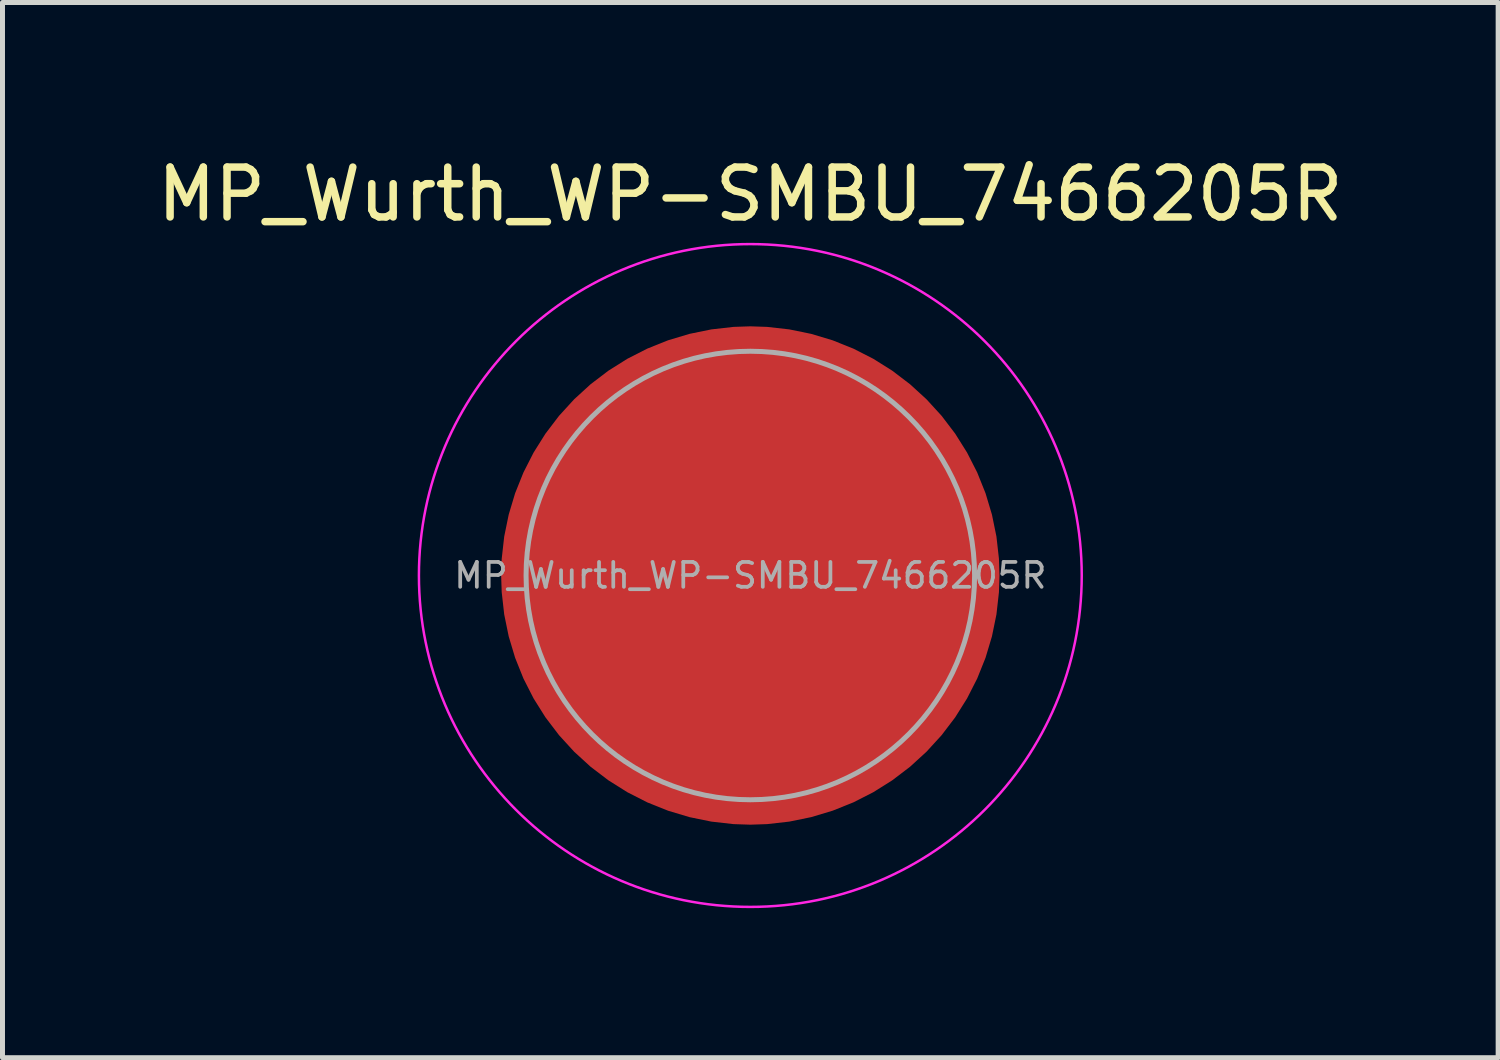
<source format=kicad_pcb>
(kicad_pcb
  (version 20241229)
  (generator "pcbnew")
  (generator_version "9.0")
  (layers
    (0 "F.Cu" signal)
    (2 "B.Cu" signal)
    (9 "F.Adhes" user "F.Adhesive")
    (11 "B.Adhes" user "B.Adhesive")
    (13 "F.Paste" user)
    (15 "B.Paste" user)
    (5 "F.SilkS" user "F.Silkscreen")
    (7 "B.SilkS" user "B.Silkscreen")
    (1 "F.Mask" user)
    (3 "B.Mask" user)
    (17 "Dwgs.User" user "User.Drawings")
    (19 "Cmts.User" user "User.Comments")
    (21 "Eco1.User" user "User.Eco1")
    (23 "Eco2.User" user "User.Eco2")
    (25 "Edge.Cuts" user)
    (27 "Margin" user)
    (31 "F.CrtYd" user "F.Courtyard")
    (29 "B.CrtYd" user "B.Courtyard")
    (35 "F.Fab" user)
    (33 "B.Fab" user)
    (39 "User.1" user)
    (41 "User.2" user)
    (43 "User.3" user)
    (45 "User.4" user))
  (footprint "MP_Wurth_WP-SMBU_7466205R"
    (layer "F.Cu")
    (at 12.006 8.498)
    (property "Reference" "MP_Wurth_WP-SMBU_7466205R" (at 0 -7.65 0) (unlocked yes) (layer "F.SilkS") (effects (font (size 1 1) (thickness 0.15))))
    (attr smd)
    (fp_poly (pts (xy -4.87 0.495) (xy -0.495 0.495) (xy -0.495 4.875) (xy -0.531 4.876) (xy -0.57 4.872) (xy -0.617 4.867) (xy -0.617 4.867) (xy -0.691 4.856) (xy -0.73 4.851) (xy -0.73 4.851) (xy -0.761 4.846) (xy -0.794 4.841) (xy -0.836 4.834) (xy -0.837 4.834) (xy -0.865 4.828) (xy -0.889 4.824) (xy -0.889 4.824) (xy -0.919 4.819) (xy -0.955 4.812) (xy -0.955 4.812) (xy -0.981 4.807) (xy -1.008 4.802) (xy -1.008 4.802) (xy -1.034 4.795) (xy -1.058 4.791) (xy -1.058 4.791) (xy -1.093 4.783) (xy -1.129 4.775) (xy -1.163 4.766) (xy -1.202 4.757) (xy -1.203 4.757) (xy -1.258 4.742) (xy -1.299 4.731) (xy -1.344 4.719) (xy -1.344 4.719) (xy -1.373 4.71) (xy -1.411 4.7) (xy -1.411 4.7) (xy -1.445 4.689) (xy -1.544 4.657) (xy -1.608 4.635) (xy -1.676 4.612) (xy -1.676 4.611) (xy -1.74 4.587) (xy -1.83 4.553) (xy -1.83 4.553) (xy -1.882 4.531) (xy -1.936 4.509) (xy -1.936 4.508) (xy -2.01 4.475) (xy -2.101 4.434) (xy -2.101 4.434) (xy -2.154 4.407) (xy -2.214 4.378) (xy -2.281 4.343) (xy -2.343 4.311) (xy -2.412 4.273) (xy -2.413 4.272) (xy -2.466 4.24) (xy -2.508 4.216) (xy -2.508 4.216) (xy -2.562 4.184) (xy -2.62 4.148) (xy -2.62 4.148) (xy -2.679 4.109) (xy -2.786 4.036) (xy -2.786 4.036) (xy -2.891 3.962) (xy -2.892 3.962) (xy -2.98 3.896) (xy -3.063 3.831) (xy -3.063 3.831) (xy -3.156 3.755) (xy -3.241 3.682) (xy -3.241 3.682) (xy -3.293 3.634) (xy -3.343 3.59) (xy -3.343 3.59) (xy -3.417 3.519) (xy -3.417 3.519) (xy -3.475 3.463) (xy -3.475 3.463) (xy -3.614 3.317) (xy -3.615 3.316) (xy -3.732 3.181) (xy -3.733 3.181) (xy -3.846 3.042) (xy -3.938 2.926) (xy -3.938 2.926) (xy -4.046 2.775) (xy -4.046 2.775) (xy -4.129 2.648) (xy -4.129 2.648) (xy -4.234 2.478) (xy -4.234 2.478) (xy -4.31 2.341) (xy -4.31 2.341) (xy -4.429 2.114) (xy -4.429 2.113) (xy -4.553 1.831) (xy -4.553 1.831) (xy -4.682 1.469) (xy -4.682 1.469) (xy -4.776 1.123) (xy -4.776 1.122) (xy -4.855 0.709) (xy -4.855 0.708) (xy -4.88 0.494)) (stroke (width 0) (type default)) (fill yes) (layer "F.Paste"))
    (fp_poly (pts (xy -0.495 -4.87) (xy -0.495 -0.495) (xy -4.875 -0.495) (xy -4.876 -0.531) (xy -4.872 -0.57) (xy -4.867 -0.617) (xy -4.867 -0.617) (xy -4.856 -0.691) (xy -4.851 -0.73) (xy -4.851 -0.73) (xy -4.846 -0.761) (xy -4.841 -0.794) (xy -4.834 -0.836) (xy -4.834 -0.837) (xy -4.828 -0.865) (xy -4.824 -0.889) (xy -4.824 -0.889) (xy -4.819 -0.919) (xy -4.812 -0.955) (xy -4.812 -0.955) (xy -4.807 -0.981) (xy -4.802 -1.008) (xy -4.802 -1.008) (xy -4.795 -1.034) (xy -4.791 -1.058) (xy -4.791 -1.058) (xy -4.783 -1.093) (xy -4.775 -1.129) (xy -4.766 -1.163) (xy -4.757 -1.202) (xy -4.757 -1.203) (xy -4.742 -1.258) (xy -4.731 -1.299) (xy -4.719 -1.344) (xy -4.719 -1.344) (xy -4.71 -1.373) (xy -4.7 -1.411) (xy -4.7 -1.411) (xy -4.689 -1.445) (xy -4.657 -1.544) (xy -4.635 -1.608) (xy -4.612 -1.676) (xy -4.611 -1.676) (xy -4.587 -1.74) (xy -4.553 -1.83) (xy -4.553 -1.83) (xy -4.531 -1.882) (xy -4.509 -1.936) (xy -4.508 -1.936) (xy -4.475 -2.01) (xy -4.434 -2.101) (xy -4.434 -2.101) (xy -4.407 -2.154) (xy -4.378 -2.214) (xy -4.343 -2.281) (xy -4.311 -2.343) (xy -4.273 -2.412) (xy -4.272 -2.413) (xy -4.24 -2.466) (xy -4.216 -2.508) (xy -4.216 -2.508) (xy -4.184 -2.562) (xy -4.148 -2.62) (xy -4.148 -2.62) (xy -4.109 -2.679) (xy -4.036 -2.786) (xy -4.036 -2.786) (xy -3.962 -2.891) (xy -3.962 -2.892) (xy -3.896 -2.98) (xy -3.831 -3.063) (xy -3.831 -3.063) (xy -3.755 -3.156) (xy -3.682 -3.241) (xy -3.682 -3.241) (xy -3.634 -3.293) (xy -3.59 -3.343) (xy -3.59 -3.343) (xy -3.519 -3.417) (xy -3.519 -3.417) (xy -3.463 -3.475) (xy -3.463 -3.475) (xy -3.317 -3.614) (xy -3.316 -3.615) (xy -3.181 -3.732) (xy -3.181 -3.733) (xy -3.042 -3.846) (xy -2.926 -3.938) (xy -2.926 -3.938) (xy -2.775 -4.046) (xy -2.775 -4.046) (xy -2.648 -4.129) (xy -2.648 -4.129) (xy -2.478 -4.234) (xy -2.478 -4.234) (xy -2.341 -4.31) (xy -2.341 -4.31) (xy -2.114 -4.429) (xy -2.113 -4.429) (xy -1.831 -4.553) (xy -1.831 -4.553) (xy -1.469 -4.682) (xy -1.469 -4.682) (xy -1.123 -4.776) (xy -1.122 -4.776) (xy -0.709 -4.855) (xy -0.708 -4.855) (xy -0.494 -4.88)) (stroke (width 0) (type default)) (fill yes) (layer "F.Paste"))
    (fp_poly (pts (xy 0.57 -4.872) (xy 0.617 -4.867) (xy 0.617 -4.867) (xy 0.691 -4.856) (xy 0.73 -4.851) (xy 0.73 -4.851) (xy 0.761 -4.846) (xy 0.794 -4.841) (xy 0.836 -4.834) (xy 0.837 -4.834) (xy 0.865 -4.828) (xy 0.889 -4.824) (xy 0.889 -4.824) (xy 0.919 -4.819) (xy 0.955 -4.812) (xy 0.955 -4.812) (xy 0.981 -4.807) (xy 1.008 -4.802) (xy 1.008 -4.802) (xy 1.034 -4.795) (xy 1.058 -4.791) (xy 1.058 -4.791) (xy 1.093 -4.783) (xy 1.129 -4.775) (xy 1.163 -4.766) (xy 1.202 -4.757) (xy 1.203 -4.757) (xy 1.258 -4.742) (xy 1.299 -4.731) (xy 1.344 -4.719) (xy 1.344 -4.719) (xy 1.373 -4.71) (xy 1.411 -4.7) (xy 1.411 -4.7) (xy 1.445 -4.689) (xy 1.544 -4.657) (xy 1.608 -4.635) (xy 1.676 -4.612) (xy 1.676 -4.611) (xy 1.74 -4.587) (xy 1.83 -4.553) (xy 1.83 -4.553) (xy 1.882 -4.531) (xy 1.936 -4.509) (xy 1.936 -4.508) (xy 2.01 -4.475) (xy 2.101 -4.434) (xy 2.101 -4.434) (xy 2.154 -4.407) (xy 2.214 -4.378) (xy 2.281 -4.343) (xy 2.343 -4.311) (xy 2.412 -4.273) (xy 2.413 -4.272) (xy 2.466 -4.24) (xy 2.508 -4.216) (xy 2.508 -4.216) (xy 2.562 -4.184) (xy 2.62 -4.148) (xy 2.62 -4.148) (xy 2.679 -4.109) (xy 2.786 -4.036) (xy 2.786 -4.036) (xy 2.891 -3.962) (xy 2.892 -3.962) (xy 2.98 -3.896) (xy 3.063 -3.831) (xy 3.063 -3.831) (xy 3.156 -3.755) (xy 3.241 -3.682) (xy 3.241 -3.682) (xy 3.293 -3.634) (xy 3.343 -3.59) (xy 3.343 -3.59) (xy 3.417 -3.519) (xy 3.417 -3.519) (xy 3.475 -3.463) (xy 3.475 -3.463) (xy 3.614 -3.317) (xy 3.615 -3.316) (xy 3.732 -3.181) (xy 3.733 -3.181) (xy 3.846 -3.042) (xy 3.938 -2.926) (xy 3.938 -2.926) (xy 4.046 -2.775) (xy 4.046 -2.775) (xy 4.129 -2.648) (xy 4.129 -2.648) (xy 4.234 -2.478) (xy 4.234 -2.478) (xy 4.31 -2.341) (xy 4.31 -2.341) (xy 4.429 -2.114) (xy 4.429 -2.113) (xy 4.553 -1.831) (xy 4.553 -1.831) (xy 4.682 -1.469) (xy 4.682 -1.469) (xy 4.776 -1.123) (xy 4.776 -1.122) (xy 4.855 -0.709) (xy 4.855 -0.708) (xy 4.88 -0.494) (xy 4.87 -0.495) (xy 0.495 -0.495) (xy 0.495 -4.875) (xy 0.531 -4.876)) (stroke (width 0) (type default)) (fill yes) (layer "F.Paste"))
    (fp_poly (pts (xy 4.876 0.531) (xy 4.872 0.57) (xy 4.867 0.617) (xy 4.867 0.617) (xy 4.856 0.691) (xy 4.851 0.73) (xy 4.851 0.73) (xy 4.846 0.761) (xy 4.841 0.794) (xy 4.834 0.836) (xy 4.834 0.837) (xy 4.828 0.865) (xy 4.824 0.889) (xy 4.824 0.889) (xy 4.819 0.919) (xy 4.812 0.955) (xy 4.812 0.955) (xy 4.807 0.981) (xy 4.802 1.008) (xy 4.802 1.008) (xy 4.795 1.034) (xy 4.791 1.058) (xy 4.791 1.058) (xy 4.783 1.093) (xy 4.775 1.129) (xy 4.766 1.163) (xy 4.757 1.202) (xy 4.757 1.203) (xy 4.742 1.258) (xy 4.731 1.299) (xy 4.719 1.344) (xy 4.719 1.344) (xy 4.71 1.373) (xy 4.7 1.411) (xy 4.7 1.411) (xy 4.689 1.445) (xy 4.657 1.544) (xy 4.635 1.608) (xy 4.612 1.676) (xy 4.611 1.676) (xy 4.587 1.74) (xy 4.553 1.83) (xy 4.553 1.83) (xy 4.531 1.882) (xy 4.509 1.936) (xy 4.508 1.936) (xy 4.475 2.01) (xy 4.434 2.101) (xy 4.434 2.101) (xy 4.407 2.154) (xy 4.378 2.214) (xy 4.343 2.281) (xy 4.311 2.343) (xy 4.273 2.412) (xy 4.272 2.413) (xy 4.24 2.466) (xy 4.216 2.508) (xy 4.216 2.508) (xy 4.184 2.562) (xy 4.148 2.62) (xy 4.148 2.62) (xy 4.109 2.679) (xy 4.036 2.786) (xy 4.036 2.786) (xy 3.962 2.891) (xy 3.962 2.892) (xy 3.896 2.98) (xy 3.831 3.063) (xy 3.831 3.063) (xy 3.755 3.156) (xy 3.682 3.241) (xy 3.682 3.241) (xy 3.634 3.293) (xy 3.59 3.343) (xy 3.59 3.343) (xy 3.519 3.417) (xy 3.519 3.417) (xy 3.463 3.475) (xy 3.463 3.475) (xy 3.317 3.614) (xy 3.316 3.615) (xy 3.181 3.732) (xy 3.181 3.733) (xy 3.042 3.846) (xy 2.926 3.938) (xy 2.926 3.938) (xy 2.775 4.046) (xy 2.775 4.046) (xy 2.648 4.129) (xy 2.648 4.129) (xy 2.478 4.234) (xy 2.478 4.234) (xy 2.341 4.31) (xy 2.341 4.31) (xy 2.114 4.429) (xy 2.113 4.429) (xy 1.831 4.553) (xy 1.831 4.553) (xy 1.469 4.682) (xy 1.469 4.682) (xy 1.123 4.776) (xy 1.122 4.776) (xy 0.709 4.855) (xy 0.708 4.855) (xy 0.494 4.88) (xy 0.495 4.87) (xy 0.495 0.495) (xy 4.875 0.495)) (stroke (width 0) (type default)) (fill yes) (layer "F.Paste"))
    (fp_circle (center 0 0) (end 6.65 0) (stroke (width 0.05) (type solid)) (fill no) (layer "F.CrtYd"))
    (fp_circle (center 0 0) (end 4.5 0) (stroke (width 0.1) (type solid)) (fill no) (layer "F.Fab"))
    (fp_text user "${REFERENCE}" (at 0 0 0) (unlocked yes) (layer "F.Fab") (effects (font (size 0.5 0.5) (thickness 0.075))))
    (pad "1" smd roundrect (at 0 0) (size 10 10) (layers "F.Cu" "F.Mask") (roundrect_rratio 0.5)))
  (gr_rect
    (start -3 -3)
    (end 27.012 18.173)
    (stroke (width 0.1) (type default))
    (fill no)
    (layer "Edge.Cuts")))
</source>
